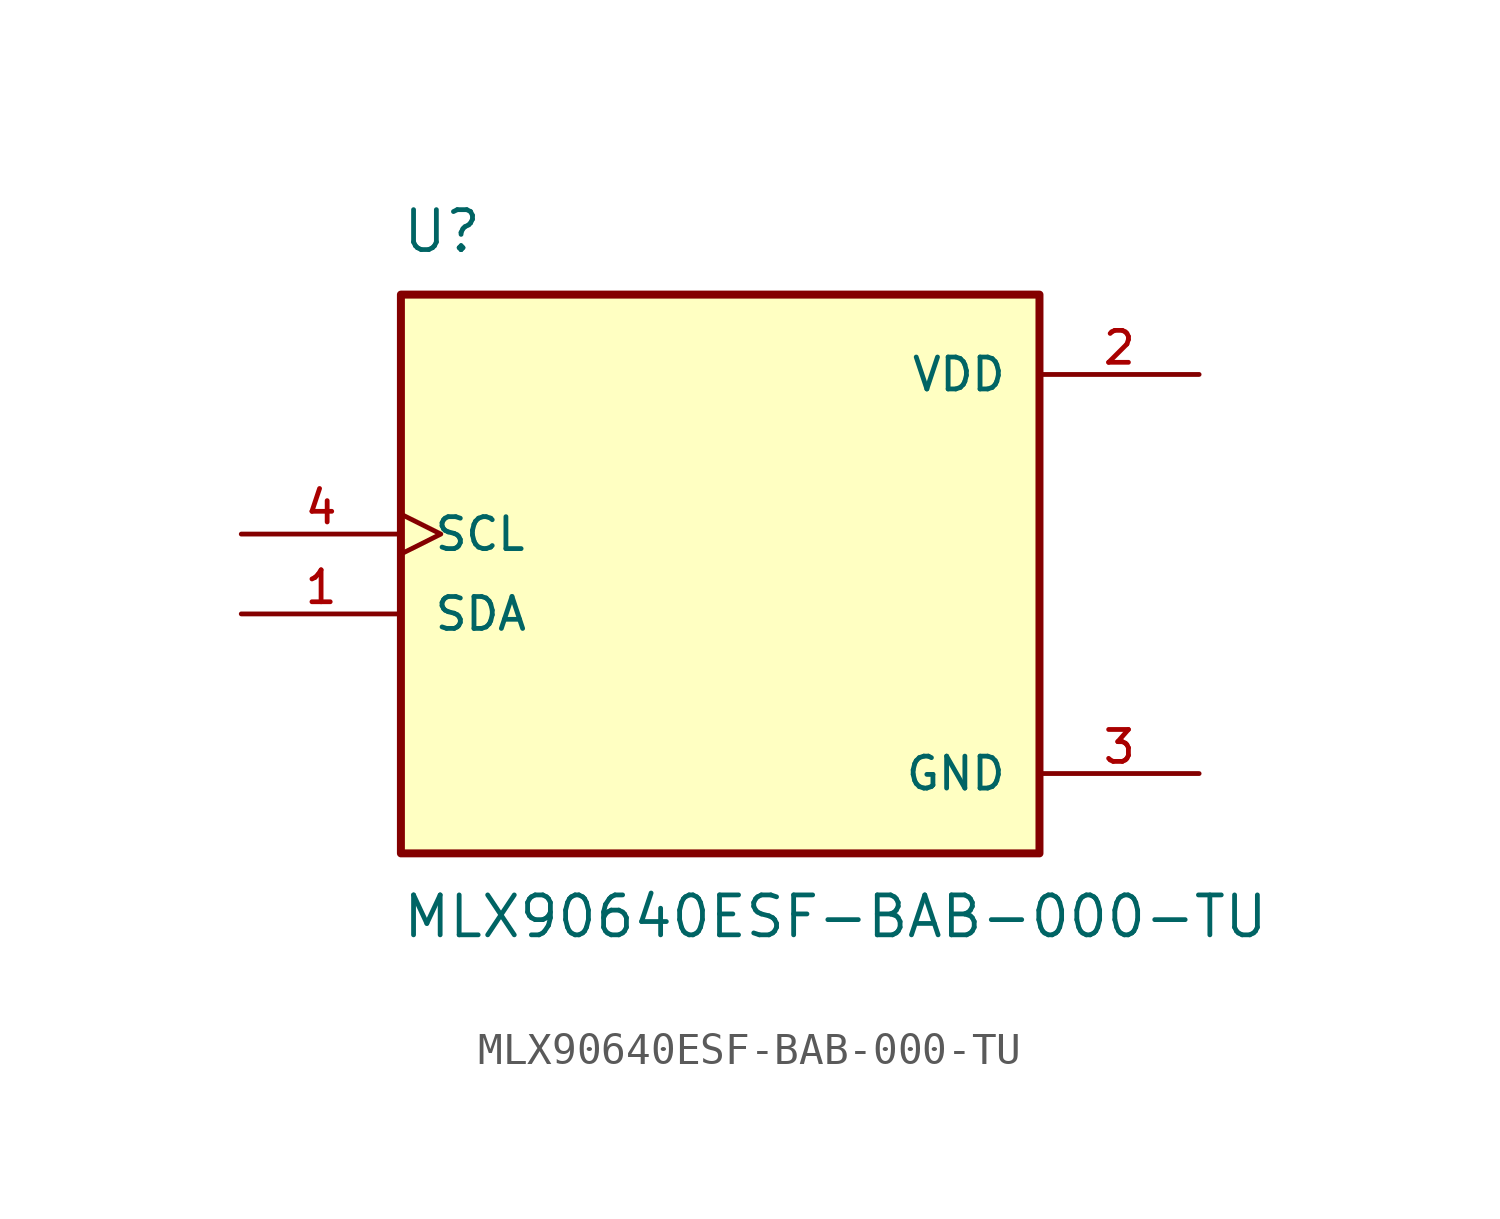
<source format=kicad_sym>
(kicad_symbol_lib
  (version 20220914)
  (generator kicad_symbol_editor)
  (symbol "MLX90640ESF-BAB-000-TU"
    (pin_names
      (offset 1.016))
    (property "Reference" "U"
      (at -10.16 8.89 0)
      (effects (font (size 1.27 1.27)) (justify left bottom)))
    (property "Value" "MLX90640ESF-BAB-000-TU"
      (at -10.16 -11.43 0)
      (effects (font (size 1.27 1.27)) (justify left top)))
    (symbol "MLX90640ESF-BAB-000-TU_0_0"
      (rectangle (start -10.16 -10.16) (end 10.16 7.62) (stroke (width 0.254) (type default)) (fill (type background)))
      (pin bidirectional line (at -15.24 -2.54 0) (length 5.08) (name "SDA" (effects (font (size 1.016 1.016)))) (number "1" (effects (font (size 1.016 1.016)))))
      (pin power_in line (at 15.24 5.08 180) (length 5.08) (name "VDD" (effects (font (size 1.016 1.016)))) (number "2" (effects (font (size 1.016 1.016)))))
      (pin power_in line (at 15.24 -7.62 180) (length 5.08) (name "GND" (effects (font (size 1.016 1.016)))) (number "3" (effects (font (size 1.016 1.016)))))
      (pin input clock (at -15.24 0 0) (length 5.08) (name "SCL" (effects (font (size 1.016 1.016)))) (number "4" (effects (font (size 1.016 1.016))))))))
</source>
